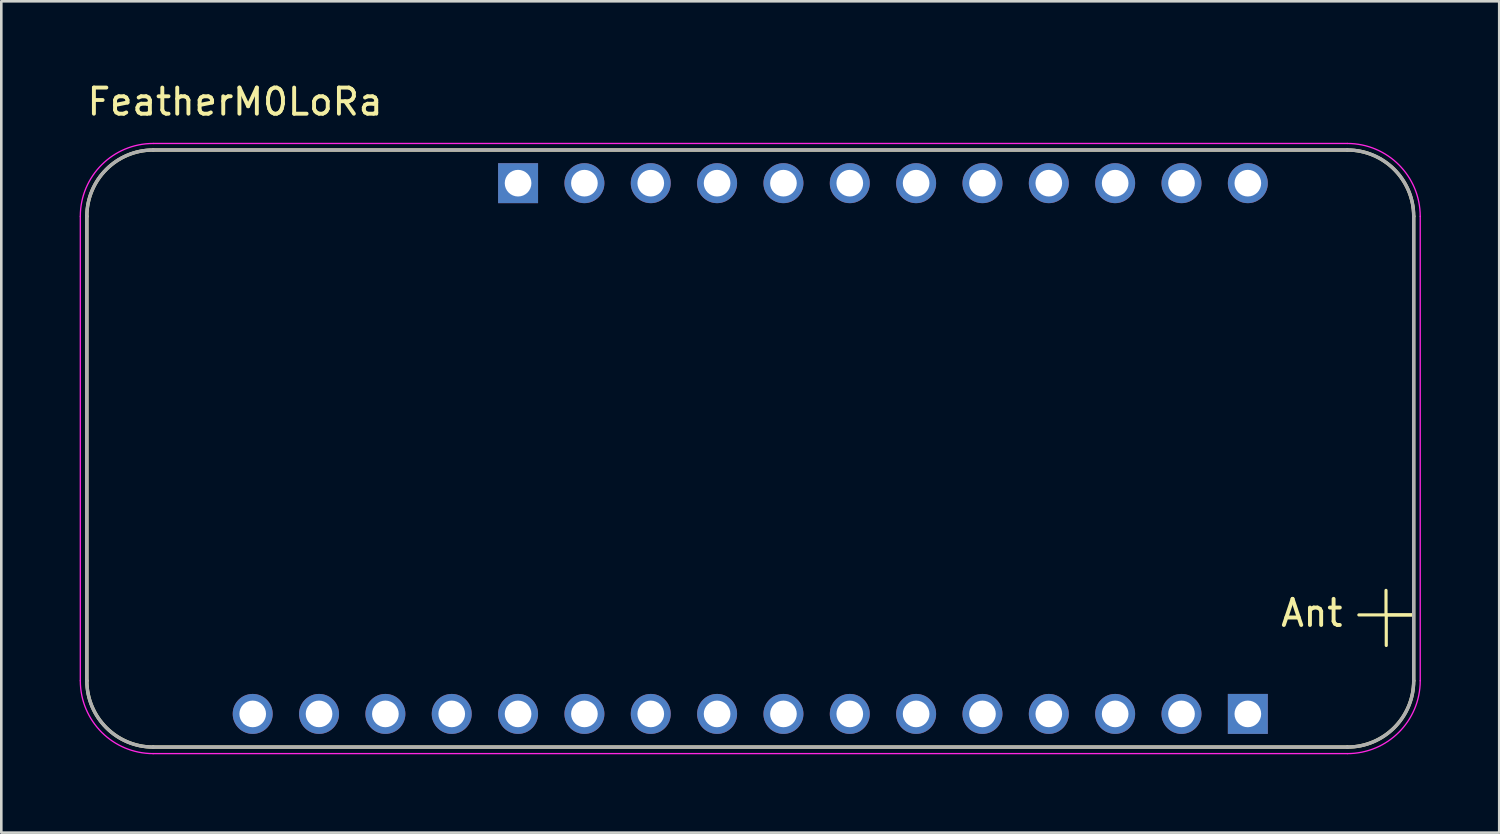
<source format=kicad_pcb>
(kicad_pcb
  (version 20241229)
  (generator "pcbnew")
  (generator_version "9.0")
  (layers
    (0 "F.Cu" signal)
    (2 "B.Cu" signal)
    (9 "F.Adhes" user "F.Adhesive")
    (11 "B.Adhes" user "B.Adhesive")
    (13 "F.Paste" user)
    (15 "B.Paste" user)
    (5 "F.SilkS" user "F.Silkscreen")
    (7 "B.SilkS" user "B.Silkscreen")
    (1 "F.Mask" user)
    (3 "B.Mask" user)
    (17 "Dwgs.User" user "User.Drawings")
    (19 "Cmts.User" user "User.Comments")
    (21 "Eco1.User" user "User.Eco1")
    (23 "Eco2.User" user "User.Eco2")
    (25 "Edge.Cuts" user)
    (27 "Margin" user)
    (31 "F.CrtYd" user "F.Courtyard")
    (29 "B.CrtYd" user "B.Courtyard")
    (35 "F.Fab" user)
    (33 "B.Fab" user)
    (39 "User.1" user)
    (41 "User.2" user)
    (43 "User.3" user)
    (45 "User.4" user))
  (footprint "FeatherM0LoRa"
    (layer "F.Cu")
    (at 25.675 14.123)
    (property "Reference" "FeatherM0LoRa" (at -19.725 -13.275 0) (layer "F.SilkS") (effects (font (size 1 1) (thickness 0.15))))
    (attr through_hole)
    (fp_line (start -25.4 8.89) (end -25.4 -8.89) (stroke (width 0.127) (type solid)) (layer "F.SilkS"))
    (fp_line (start -22.86 -11.43) (end 22.86 -11.43) (stroke (width 0.127) (type solid)) (layer "F.SilkS"))
    (fp_line (start 22.86 11.43) (end -22.86 11.43) (stroke (width 0.127) (type solid)) (layer "F.SilkS"))
    (fp_line (start 24.34 6.37) (end 24.34 5.43) (stroke (width 0.12) (type solid)) (layer "F.SilkS"))
    (fp_line (start 24.34 6.37) (end 25.39 6.37) (stroke (width 0.12) (type solid)) (layer "F.SilkS"))
    (fp_line (start 24.35 6.36) (end 24.35 7.54) (stroke (width 0.12) (type solid)) (layer "F.SilkS"))
    (fp_line (start 25.39 6.37) (end 23.3 6.37) (stroke (width 0.12) (type solid)) (layer "F.SilkS"))
    (fp_line (start 25.4 -8.89) (end 25.4 8.89) (stroke (width 0.127) (type solid)) (layer "F.SilkS"))
    (fp_arc (start -25.4 -8.89) (mid -24.656051 -10.686051) (end -22.86 -11.43) (stroke (width 0.127) (type solid)) (layer "F.SilkS"))
    (fp_arc (start -22.86 11.43) (mid -24.656051 10.686051) (end -25.4 8.89) (stroke (width 0.127) (type solid)) (layer "F.SilkS"))
    (fp_arc (start 22.86 -11.43) (mid 24.656051 -10.686051) (end 25.4 -8.89) (stroke (width 0.127) (type solid)) (layer "F.SilkS"))
    (fp_arc (start 25.4 8.89) (mid 24.656051 10.686051) (end 22.86 11.43) (stroke (width 0.127) (type solid)) (layer "F.SilkS"))
    (fp_line (start -25.65 -8.89) (end -25.65 8.89) (stroke (width 0.05) (type solid)) (layer "F.CrtYd"))
    (fp_line (start -22.86 11.68) (end 22.86 11.68) (stroke (width 0.05) (type solid)) (layer "F.CrtYd"))
    (fp_line (start 22.86 -11.68) (end -22.86 -11.68) (stroke (width 0.05) (type solid)) (layer "F.CrtYd"))
    (fp_line (start 25.65 8.89) (end 25.65 -8.89) (stroke (width 0.05) (type solid)) (layer "F.CrtYd"))
    (fp_arc (start -25.65 -8.89) (mid -24.832828 -10.862828) (end -22.86 -11.68) (stroke (width 0.05) (type solid)) (layer "F.CrtYd"))
    (fp_arc (start -22.86 11.68) (mid -24.832828 10.862828) (end -25.65 8.89) (stroke (width 0.05) (type solid)) (layer "F.CrtYd"))
    (fp_arc (start 22.86 -11.68) (mid 24.832828 -10.862828) (end 25.65 -8.89) (stroke (width 0.05) (type solid)) (layer "F.CrtYd"))
    (fp_arc (start 25.65 8.89) (mid 24.832828 10.862828) (end 22.86 11.68) (stroke (width 0.05) (type solid)) (layer "F.CrtYd"))
    (fp_line (start -25.4 8.89) (end -25.4 -8.89) (stroke (width 0.127) (type solid)) (layer "F.Fab"))
    (fp_line (start -22.86 -11.43) (end 22.86 -11.43) (stroke (width 0.127) (type solid)) (layer "F.Fab"))
    (fp_line (start 22.86 11.43) (end -22.86 11.43) (stroke (width 0.127) (type solid)) (layer "F.Fab"))
    (fp_line (start 25.4 -8.89) (end 25.4 8.89) (stroke (width 0.127) (type solid)) (layer "F.Fab"))
    (fp_arc (start -25.4 -8.89) (mid -24.656051 -10.686051) (end -22.86 -11.43) (stroke (width 0.127) (type solid)) (layer "F.Fab"))
    (fp_arc (start -22.86 11.43) (mid -24.656051 10.686051) (end -25.4 8.89) (stroke (width 0.127) (type solid)) (layer "F.Fab"))
    (fp_arc (start 22.86 -11.43) (mid 24.656051 -10.686051) (end 25.4 -8.89) (stroke (width 0.127) (type solid)) (layer "F.Fab"))
    (fp_arc (start 25.4 8.89) (mid 24.656051 10.686051) (end 22.86 11.43) (stroke (width 0.127) (type solid)) (layer "F.Fab"))
    (fp_text user "Ant" (at 21.5 6.3 0) (layer "F.SilkS") (effects (font (size 1 1) (thickness 0.15))))
    (pad "1" thru_hole circle (at -19.05 10.16) (size 1.53 1.53) (drill 1.02) (layers "*.Cu" "*.Mask"))
    (pad "2" thru_hole circle (at -16.51 10.16) (size 1.53 1.53) (drill 1.02) (layers "*.Cu" "*.Mask"))
    (pad "3" thru_hole circle (at -13.97 10.16) (size 1.53 1.53) (drill 1.02) (layers "*.Cu" "*.Mask"))
    (pad "4" thru_hole circle (at -11.43 10.16) (size 1.53 1.53) (drill 1.02) (layers "*.Cu" "*.Mask"))
    (pad "5" thru_hole circle (at -8.89 10.16) (size 1.53 1.53) (drill 1.02) (layers "*.Cu" "*.Mask"))
    (pad "6" thru_hole circle (at -6.35 10.16) (size 1.53 1.53) (drill 1.02) (layers "*.Cu" "*.Mask"))
    (pad "7" thru_hole circle (at -3.81 10.16) (size 1.53 1.53) (drill 1.02) (layers "*.Cu" "*.Mask"))
    (pad "8" thru_hole circle (at -1.27 10.16) (size 1.53 1.53) (drill 1.02) (layers "*.Cu" "*.Mask"))
    (pad "9" thru_hole circle (at 1.27 10.16) (size 1.53 1.53) (drill 1.02) (layers "*.Cu" "*.Mask"))
    (pad "10" thru_hole circle (at 3.81 10.16) (size 1.53 1.53) (drill 1.02) (layers "*.Cu" "*.Mask"))
    (pad "11" thru_hole circle (at 6.35 10.16) (size 1.53 1.53) (drill 1.02) (layers "*.Cu" "*.Mask"))
    (pad "12" thru_hole circle (at 8.89 10.16) (size 1.53 1.53) (drill 1.02) (layers "*.Cu" "*.Mask"))
    (pad "13" thru_hole circle (at 11.43 10.16) (size 1.53 1.53) (drill 1.02) (layers "*.Cu" "*.Mask"))
    (pad "14" thru_hole circle (at 13.97 10.16) (size 1.53 1.53) (drill 1.02) (layers "*.Cu" "*.Mask"))
    (pad "15" thru_hole circle (at 16.51 10.16) (size 1.53 1.53) (drill 1.02) (layers "*.Cu" "*.Mask"))
    (pad "16" thru_hole rect (at 19.05 10.16) (size 1.53 1.53) (drill 1.02) (layers "*.Cu" "*.Mask"))
    (pad "17" thru_hole circle (at 19.05 -10.16) (size 1.53 1.53) (drill 1.02) (layers "*.Cu" "*.Mask"))
    (pad "18" thru_hole circle (at 16.51 -10.16) (size 1.53 1.53) (drill 1.02) (layers "*.Cu" "*.Mask"))
    (pad "19" thru_hole circle (at 13.97 -10.16) (size 1.53 1.53) (drill 1.02) (layers "*.Cu" "*.Mask"))
    (pad "20" thru_hole circle (at 11.43 -10.16) (size 1.53 1.53) (drill 1.02) (layers "*.Cu" "*.Mask"))
    (pad "21" thru_hole circle (at 8.89 -10.16) (size 1.53 1.53) (drill 1.02) (layers "*.Cu" "*.Mask"))
    (pad "22" thru_hole circle (at 6.35 -10.16) (size 1.53 1.53) (drill 1.02) (layers "*.Cu" "*.Mask"))
    (pad "23" thru_hole circle (at 3.81 -10.16) (size 1.53 1.53) (drill 1.02) (layers "*.Cu" "*.Mask"))
    (pad "24" thru_hole circle (at 1.27 -10.16) (size 1.53 1.53) (drill 1.02) (layers "*.Cu" "*.Mask"))
    (pad "25" thru_hole circle (at -1.27 -10.16) (size 1.53 1.53) (drill 1.02) (layers "*.Cu" "*.Mask"))
    (pad "26" thru_hole circle (at -3.81 -10.16) (size 1.53 1.53) (drill 1.02) (layers "*.Cu" "*.Mask"))
    (pad "27" thru_hole circle (at -6.35 -10.16) (size 1.53 1.53) (drill 1.02) (layers "*.Cu" "*.Mask"))
    (pad "28" thru_hole rect (at -8.89 -10.16) (size 1.53 1.53) (drill 1.02) (layers "*.Cu" "*.Mask")))
  (gr_rect
    (start -3 -3)
    (end 54.35 28.828)
    (stroke (width 0.1) (type default))
    (fill no)
    (layer "Edge.Cuts")))
</source>
